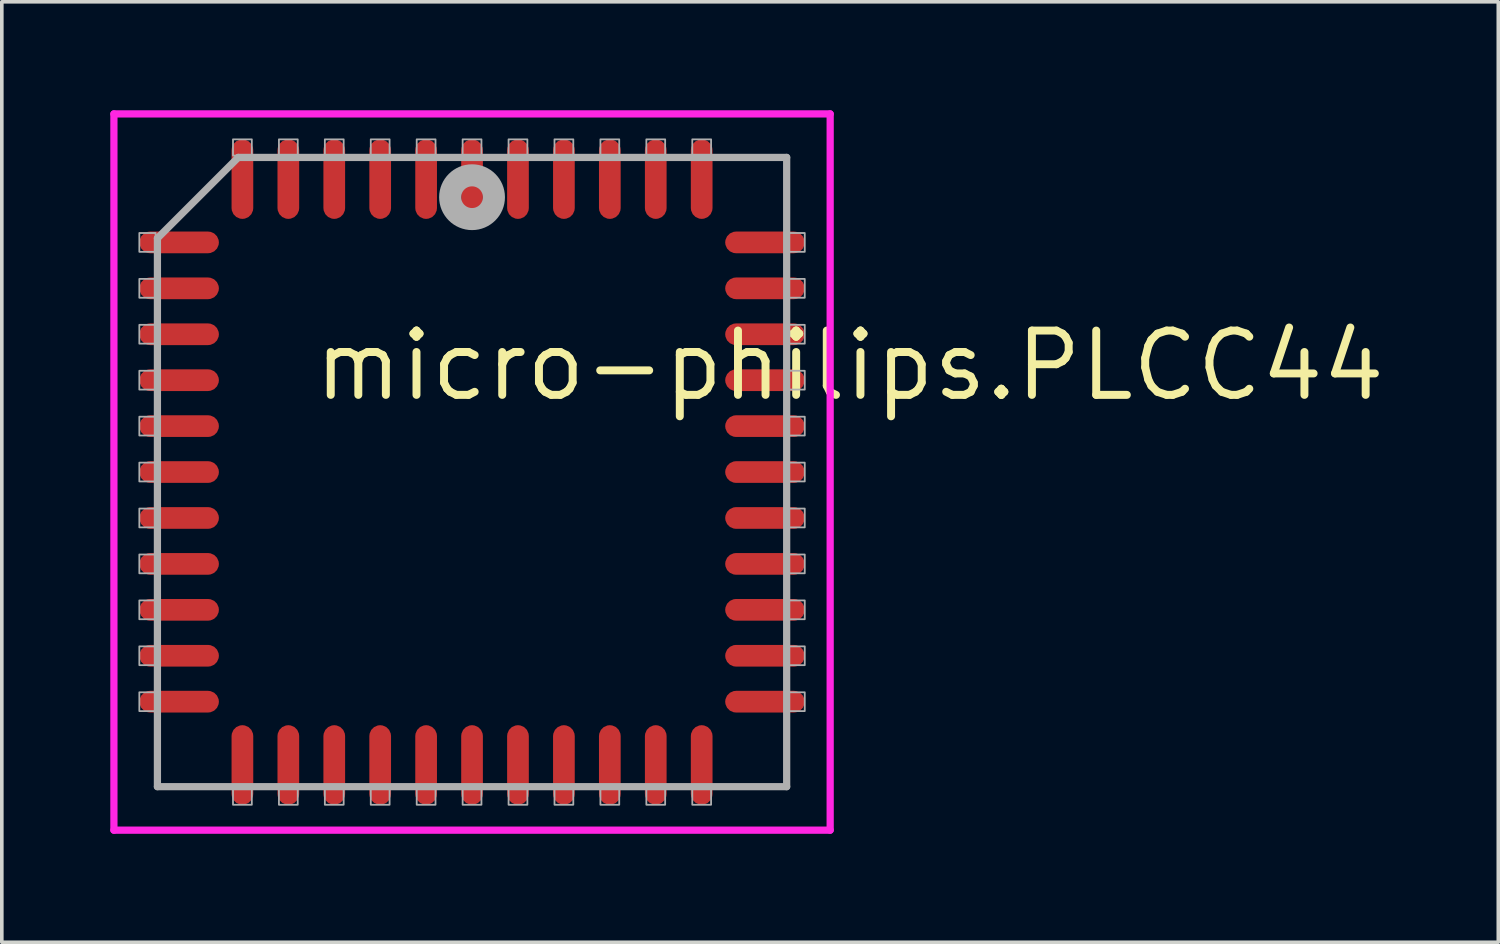
<source format=kicad_pcb>
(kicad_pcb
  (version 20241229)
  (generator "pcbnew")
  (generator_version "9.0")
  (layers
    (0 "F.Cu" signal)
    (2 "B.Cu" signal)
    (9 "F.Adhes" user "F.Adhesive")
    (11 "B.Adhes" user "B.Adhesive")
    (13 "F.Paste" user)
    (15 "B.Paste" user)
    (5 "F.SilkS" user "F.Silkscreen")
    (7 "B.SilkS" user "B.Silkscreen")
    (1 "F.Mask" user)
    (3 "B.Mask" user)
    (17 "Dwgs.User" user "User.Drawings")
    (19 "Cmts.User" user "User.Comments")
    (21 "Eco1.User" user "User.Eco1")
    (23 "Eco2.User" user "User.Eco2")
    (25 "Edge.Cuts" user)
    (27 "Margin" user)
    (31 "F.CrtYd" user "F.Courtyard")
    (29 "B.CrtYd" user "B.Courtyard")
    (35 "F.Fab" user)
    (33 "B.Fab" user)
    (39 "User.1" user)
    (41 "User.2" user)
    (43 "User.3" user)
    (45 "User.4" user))
  (footprint "micro-philips.PLCC44"
    (layer "F.Cu")
    (at 10.003 8.733)
    (property "Reference" "micro-philips.PLCC44" (at -4.475 -0.635 0) (layer "F.SilkS") (effects (font (size 1.778 1.778) (thickness 0.22)) (justify left bottom)))
    (attr smd)
    (fp_line (start -9.903 -8.633) (end 9.903 -8.633) (stroke (width 0.2) (type default)) (layer "F.CrtYd"))
    (fp_line (start -9.903 11.173) (end -9.903 -8.633) (stroke (width 0.2) (type default)) (layer "F.CrtYd"))
    (fp_line (start 9.903 -8.633) (end 9.903 11.173) (stroke (width 0.2) (type default)) (layer "F.CrtYd"))
    (fp_line (start 9.903 11.173) (end -9.903 11.173) (stroke (width 0.2) (type default)) (layer "F.CrtYd"))
    (fp_line (start -8.7 -5.195) (end -8.7 9.97) (stroke (width 0.2) (type default)) (layer "F.Fab"))
    (fp_line (start -8.7 9.97) (end 8.7 9.97) (stroke (width 0.2) (type default)) (layer "F.Fab"))
    (fp_line (start -6.465 -7.43) (end -8.7 -5.195) (stroke (width 0.2) (type default)) (layer "F.Fab"))
    (fp_line (start 8.7 -7.43) (end -6.465 -7.43) (stroke (width 0.2) (type default)) (layer "F.Fab"))
    (fp_line (start 8.7 9.97) (end 8.7 -7.43) (stroke (width 0.2) (type default)) (layer "F.Fab"))
    (fp_rect (start -9.2 -4.82) (end -8.75 -5.34) (stroke (width 0.05) (type default)) (fill no) (layer "F.Fab"))
    (fp_rect (start -9.2 -3.55) (end -8.75 -4.07) (stroke (width 0.05) (type default)) (fill no) (layer "F.Fab"))
    (fp_rect (start -9.2 -2.28) (end -8.75 -2.8) (stroke (width 0.05) (type default)) (fill no) (layer "F.Fab"))
    (fp_rect (start -9.2 -1.01) (end -8.75 -1.53) (stroke (width 0.05) (type default)) (fill no) (layer "F.Fab"))
    (fp_rect (start -9.2 0.26) (end -8.75 -0.26) (stroke (width 0.05) (type default)) (fill no) (layer "F.Fab"))
    (fp_rect (start -9.2 1.53) (end -8.75 1.01) (stroke (width 0.05) (type default)) (fill no) (layer "F.Fab"))
    (fp_rect (start -9.2 2.8) (end -8.75 2.28) (stroke (width 0.05) (type default)) (fill no) (layer "F.Fab"))
    (fp_rect (start -9.2 4.07) (end -8.75 3.55) (stroke (width 0.05) (type default)) (fill no) (layer "F.Fab"))
    (fp_rect (start -9.2 5.34) (end -8.75 4.82) (stroke (width 0.05) (type default)) (fill no) (layer "F.Fab"))
    (fp_rect (start -9.2 6.61) (end -8.75 6.09) (stroke (width 0.05) (type default)) (fill no) (layer "F.Fab"))
    (fp_rect (start -9.2 7.88) (end -8.75 7.36) (stroke (width 0.05) (type default)) (fill no) (layer "F.Fab"))
    (fp_rect (start -6.61 -7.48) (end -6.09 -7.93) (stroke (width 0.05) (type default)) (fill no) (layer "F.Fab"))
    (fp_rect (start -6.61 10.47) (end -6.09 10.02) (stroke (width 0.05) (type default)) (fill no) (layer "F.Fab"))
    (fp_rect (start -5.34 -7.48) (end -4.82 -7.93) (stroke (width 0.05) (type default)) (fill no) (layer "F.Fab"))
    (fp_rect (start -5.34 10.47) (end -4.82 10.02) (stroke (width 0.05) (type default)) (fill no) (layer "F.Fab"))
    (fp_rect (start -4.07 -7.48) (end -3.55 -7.93) (stroke (width 0.05) (type default)) (fill no) (layer "F.Fab"))
    (fp_rect (start -4.07 10.47) (end -3.55 10.02) (stroke (width 0.05) (type default)) (fill no) (layer "F.Fab"))
    (fp_rect (start -2.8 -7.48) (end -2.28 -7.93) (stroke (width 0.05) (type default)) (fill no) (layer "F.Fab"))
    (fp_rect (start -2.8 10.47) (end -2.28 10.02) (stroke (width 0.05) (type default)) (fill no) (layer "F.Fab"))
    (fp_rect (start -1.53 -7.48) (end -1.01 -7.93) (stroke (width 0.05) (type default)) (fill no) (layer "F.Fab"))
    (fp_rect (start -1.53 10.47) (end -1.01 10.02) (stroke (width 0.05) (type default)) (fill no) (layer "F.Fab"))
    (fp_rect (start -0.26 -7.48) (end 0.26 -7.93) (stroke (width 0.05) (type default)) (fill no) (layer "F.Fab"))
    (fp_rect (start -0.26 10.47) (end 0.26 10.02) (stroke (width 0.05) (type default)) (fill no) (layer "F.Fab"))
    (fp_rect (start 1.01 -7.48) (end 1.53 -7.93) (stroke (width 0.05) (type default)) (fill no) (layer "F.Fab"))
    (fp_rect (start 1.01 10.47) (end 1.53 10.02) (stroke (width 0.05) (type default)) (fill no) (layer "F.Fab"))
    (fp_rect (start 2.28 -7.48) (end 2.8 -7.93) (stroke (width 0.05) (type default)) (fill no) (layer "F.Fab"))
    (fp_rect (start 2.28 10.47) (end 2.8 10.02) (stroke (width 0.05) (type default)) (fill no) (layer "F.Fab"))
    (fp_rect (start 3.55 -7.48) (end 4.07 -7.93) (stroke (width 0.05) (type default)) (fill no) (layer "F.Fab"))
    (fp_rect (start 3.55 10.47) (end 4.07 10.02) (stroke (width 0.05) (type default)) (fill no) (layer "F.Fab"))
    (fp_rect (start 4.82 -7.48) (end 5.34 -7.93) (stroke (width 0.05) (type default)) (fill no) (layer "F.Fab"))
    (fp_rect (start 4.82 10.47) (end 5.34 10.02) (stroke (width 0.05) (type default)) (fill no) (layer "F.Fab"))
    (fp_rect (start 6.09 -7.48) (end 6.61 -7.93) (stroke (width 0.05) (type default)) (fill no) (layer "F.Fab"))
    (fp_rect (start 6.09 10.47) (end 6.61 10.02) (stroke (width 0.05) (type default)) (fill no) (layer "F.Fab"))
    (fp_rect (start 8.75 -4.82) (end 9.2 -5.34) (stroke (width 0.05) (type default)) (fill no) (layer "F.Fab"))
    (fp_rect (start 8.75 -3.55) (end 9.2 -4.07) (stroke (width 0.05) (type default)) (fill no) (layer "F.Fab"))
    (fp_rect (start 8.75 -2.28) (end 9.2 -2.8) (stroke (width 0.05) (type default)) (fill no) (layer "F.Fab"))
    (fp_rect (start 8.75 -1.01) (end 9.2 -1.53) (stroke (width 0.05) (type default)) (fill no) (layer "F.Fab"))
    (fp_rect (start 8.75 0.26) (end 9.2 -0.26) (stroke (width 0.05) (type default)) (fill no) (layer "F.Fab"))
    (fp_rect (start 8.75 1.53) (end 9.2 1.01) (stroke (width 0.05) (type default)) (fill no) (layer "F.Fab"))
    (fp_rect (start 8.75 2.8) (end 9.2 2.28) (stroke (width 0.05) (type default)) (fill no) (layer "F.Fab"))
    (fp_rect (start 8.75 4.07) (end 9.2 3.55) (stroke (width 0.05) (type default)) (fill no) (layer "F.Fab"))
    (fp_rect (start 8.75 5.34) (end 9.2 4.82) (stroke (width 0.05) (type default)) (fill no) (layer "F.Fab"))
    (fp_rect (start 8.75 6.61) (end 9.2 6.09) (stroke (width 0.05) (type default)) (fill no) (layer "F.Fab"))
    (fp_rect (start 8.75 7.88) (end 9.2 7.36) (stroke (width 0.05) (type default)) (fill no) (layer "F.Fab"))
    (fp_circle (center 0 -6.33) (end 0.3 -6.33) (stroke (width 0.61) (type default)) (fill no) (layer "F.Fab"))
    (pad "1" smd roundrect (at 0 -6.83) (size 0.6 2.2) (layers "F.Cu" "F.Mask" "F.Paste") (roundrect_rratio 0.5))
    (pad "2" smd roundrect (at -1.27 -6.83) (size 0.6 2.2) (layers "F.Cu" "F.Mask" "F.Paste") (roundrect_rratio 0.5))
    (pad "3" smd roundrect (at -2.54 -6.83) (size 0.6 2.2) (layers "F.Cu" "F.Mask" "F.Paste") (roundrect_rratio 0.5))
    (pad "4" smd roundrect (at -3.81 -6.83) (size 0.6 2.2) (layers "F.Cu" "F.Mask" "F.Paste") (roundrect_rratio 0.5))
    (pad "5" smd roundrect (at -5.08 -6.83) (size 0.6 2.2) (layers "F.Cu" "F.Mask" "F.Paste") (roundrect_rratio 0.5))
    (pad "6" smd roundrect (at -6.35 -6.83) (size 0.6 2.2) (layers "F.Cu" "F.Mask" "F.Paste") (roundrect_rratio 0.5))
    (pad "7" smd roundrect (at -8.1 -5.08) (size 2.2 0.6) (layers "F.Cu" "F.Mask" "F.Paste") (roundrect_rratio 0.5))
    (pad "8" smd roundrect (at -8.1 -3.81) (size 2.2 0.6) (layers "F.Cu" "F.Mask" "F.Paste") (roundrect_rratio 0.5))
    (pad "9" smd roundrect (at -8.1 -2.54) (size 2.2 0.6) (layers "F.Cu" "F.Mask" "F.Paste") (roundrect_rratio 0.5))
    (pad "10" smd roundrect (at -8.1 -1.27) (size 2.2 0.6) (layers "F.Cu" "F.Mask" "F.Paste") (roundrect_rratio 0.5))
    (pad "11" smd roundrect (at -8.1 0) (size 2.2 0.6) (layers "F.Cu" "F.Mask" "F.Paste") (roundrect_rratio 0.5))
    (pad "12" smd roundrect (at -8.1 1.27) (size 2.2 0.6) (layers "F.Cu" "F.Mask" "F.Paste") (roundrect_rratio 0.5))
    (pad "13" smd roundrect (at -8.1 2.54) (size 2.2 0.6) (layers "F.Cu" "F.Mask" "F.Paste") (roundrect_rratio 0.5))
    (pad "14" smd roundrect (at -8.1 3.81) (size 2.2 0.6) (layers "F.Cu" "F.Mask" "F.Paste") (roundrect_rratio 0.5))
    (pad "15" smd roundrect (at -8.1 5.08) (size 2.2 0.6) (layers "F.Cu" "F.Mask" "F.Paste") (roundrect_rratio 0.5))
    (pad "16" smd roundrect (at -8.1 6.35) (size 2.2 0.6) (layers "F.Cu" "F.Mask" "F.Paste") (roundrect_rratio 0.5))
    (pad "17" smd roundrect (at -8.1 7.62) (size 2.2 0.6) (layers "F.Cu" "F.Mask" "F.Paste") (roundrect_rratio 0.5))
    (pad "18" smd roundrect (at -6.35 9.37) (size 0.6 2.2) (layers "F.Cu" "F.Mask" "F.Paste") (roundrect_rratio 0.5))
    (pad "19" smd roundrect (at -5.08 9.37) (size 0.6 2.2) (layers "F.Cu" "F.Mask" "F.Paste") (roundrect_rratio 0.5))
    (pad "20" smd roundrect (at -3.81 9.37) (size 0.6 2.2) (layers "F.Cu" "F.Mask" "F.Paste") (roundrect_rratio 0.5))
    (pad "21" smd roundrect (at -2.54 9.37) (size 0.6 2.2) (layers "F.Cu" "F.Mask" "F.Paste") (roundrect_rratio 0.5))
    (pad "22" smd roundrect (at -1.27 9.37) (size 0.6 2.2) (layers "F.Cu" "F.Mask" "F.Paste") (roundrect_rratio 0.5))
    (pad "23" smd roundrect (at 0 9.37) (size 0.6 2.2) (layers "F.Cu" "F.Mask" "F.Paste") (roundrect_rratio 0.5))
    (pad "24" smd roundrect (at 1.27 9.37) (size 0.6 2.2) (layers "F.Cu" "F.Mask" "F.Paste") (roundrect_rratio 0.5))
    (pad "25" smd roundrect (at 2.54 9.37) (size 0.6 2.2) (layers "F.Cu" "F.Mask" "F.Paste") (roundrect_rratio 0.5))
    (pad "26" smd roundrect (at 3.81 9.37) (size 0.6 2.2) (layers "F.Cu" "F.Mask" "F.Paste") (roundrect_rratio 0.5))
    (pad "27" smd roundrect (at 5.08 9.37) (size 0.6 2.2) (layers "F.Cu" "F.Mask" "F.Paste") (roundrect_rratio 0.5))
    (pad "28" smd roundrect (at 6.35 9.37) (size 0.6 2.2) (layers "F.Cu" "F.Mask" "F.Paste") (roundrect_rratio 0.5))
    (pad "29" smd roundrect (at 8.1 7.62) (size 2.2 0.6) (layers "F.Cu" "F.Mask" "F.Paste") (roundrect_rratio 0.5))
    (pad "30" smd roundrect (at 8.1 6.35) (size 2.2 0.6) (layers "F.Cu" "F.Mask" "F.Paste") (roundrect_rratio 0.5))
    (pad "31" smd roundrect (at 8.1 5.08) (size 2.2 0.6) (layers "F.Cu" "F.Mask" "F.Paste") (roundrect_rratio 0.5))
    (pad "32" smd roundrect (at 8.1 3.81) (size 2.2 0.6) (layers "F.Cu" "F.Mask" "F.Paste") (roundrect_rratio 0.5))
    (pad "33" smd roundrect (at 8.1 2.54) (size 2.2 0.6) (layers "F.Cu" "F.Mask" "F.Paste") (roundrect_rratio 0.5))
    (pad "34" smd roundrect (at 8.1 1.27) (size 2.2 0.6) (layers "F.Cu" "F.Mask" "F.Paste") (roundrect_rratio 0.5))
    (pad "35" smd roundrect (at 8.1 0) (size 2.2 0.6) (layers "F.Cu" "F.Mask" "F.Paste") (roundrect_rratio 0.5))
    (pad "36" smd roundrect (at 8.1 -1.27) (size 2.2 0.6) (layers "F.Cu" "F.Mask" "F.Paste") (roundrect_rratio 0.5))
    (pad "37" smd roundrect (at 8.1 -2.54) (size 2.2 0.6) (layers "F.Cu" "F.Mask" "F.Paste") (roundrect_rratio 0.5))
    (pad "38" smd roundrect (at 8.1 -3.81) (size 2.2 0.6) (layers "F.Cu" "F.Mask" "F.Paste") (roundrect_rratio 0.5))
    (pad "39" smd roundrect (at 8.1 -5.08) (size 2.2 0.6) (layers "F.Cu" "F.Mask" "F.Paste") (roundrect_rratio 0.5))
    (pad "40" smd roundrect (at 6.35 -6.83) (size 0.6 2.2) (layers "F.Cu" "F.Mask" "F.Paste") (roundrect_rratio 0.5))
    (pad "41" smd roundrect (at 5.08 -6.83) (size 0.6 2.2) (layers "F.Cu" "F.Mask" "F.Paste") (roundrect_rratio 0.5))
    (pad "42" smd roundrect (at 3.81 -6.83) (size 0.6 2.2) (layers "F.Cu" "F.Mask" "F.Paste") (roundrect_rratio 0.5))
    (pad "43" smd roundrect (at 2.54 -6.83) (size 0.6 2.2) (layers "F.Cu" "F.Mask" "F.Paste") (roundrect_rratio 0.5))
    (pad "44" smd roundrect (at 1.27 -6.83) (size 0.6 2.2) (layers "F.Cu" "F.Mask" "F.Paste") (roundrect_rratio 0.5)))
  (gr_rect
    (start -3 -3)
    (end 38.381 23.005)
    (stroke (width 0.1) (type default))
    (fill no)
    (layer "Edge.Cuts")))
</source>
